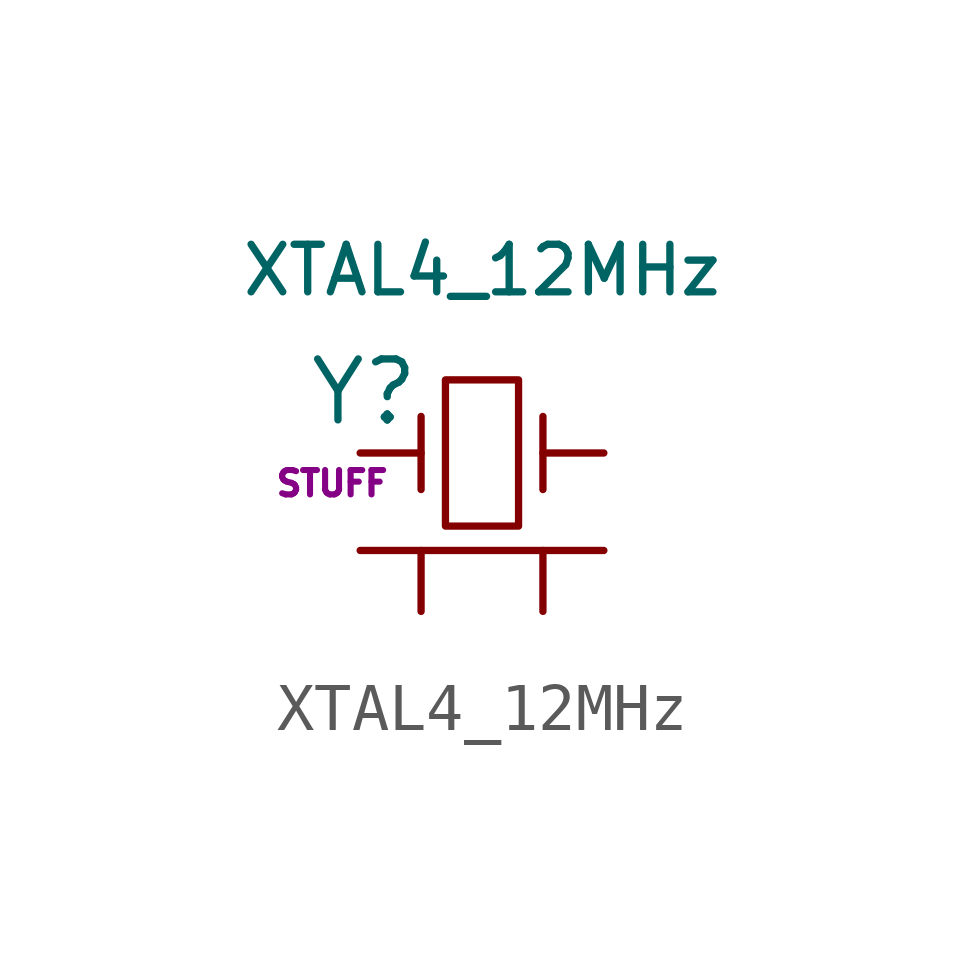
<source format=kicad_sym>
(kicad_symbol_lib
  (version 20211014)
  (generator kicad_symbol_editor)
  (symbol "XTAL4_12MHz"
    (pin_numbers hide)
    (pin_names
      (offset 1.016) hide)
    (property "Reference" "Y"
      (at -1.27 1.27 0)
      (effects (font (size 1.27 1.27)) (justify right)))
    (property "Value" "XTAL4_12MHz"
      (at 0 3.81 0)
      (effects (font (size 0.991 0.991))))
    (property "Datasheet" ""
      (at 0 0 0)
      (effects (font (size 1.27 1.27))))
    (property "SKU" "STUFF"
      (at -1.905 -0.635 0)
      (effects (font (size 0.508 0.508)) (justify right)))
    (symbol "XTAL4_12MHz_0_1"
      (rectangle (start -0.762 -1.524) (end 0.762 1.524) (stroke (width 0) (type default) (color 0 0 0 0)) (fill (type none)))
      (polyline (pts (xy -2.54 -2.032) (xy 2.54 -2.032)) (stroke (width 0) (type default) (color 0 0 0 0)) (fill (type none)))
      (polyline (pts (xy -1.27 -0.762) (xy -1.27 0.762)) (stroke (width 0) (type default) (color 0 0 0 0)) (fill (type none)))
      (polyline (pts (xy 1.27 -0.762) (xy 1.27 0.762)) (stroke (width 0) (type default) (color 0 0 0 0)) (fill (type none))))
    (symbol "XTAL4_12MHz_1_1"
      (pin passive line (at -2.54 0 0) (length 1.27) (name "1" (effects (font (size 1.016 1.016)))) (number "1" (effects (font (size 1.016 1.016)))))
      (pin power_in line (at -1.27 -3.302 90) (length 1.27) (name "2" (effects (font (size 1.016 1.016)))) (number "2" (effects (font (size 1.016 1.016)))))
      (pin passive line (at 2.54 0 180) (length 1.27) (name "3" (effects (font (size 1.016 1.016)))) (number "3" (effects (font (size 1.016 1.016)))))
      (pin power_in line (at 1.27 -3.302 90) (length 1.27) (name "4" (effects (font (size 1.016 1.016)))) (number "4" (effects (font (size 1.016 1.016))))))))
</source>
